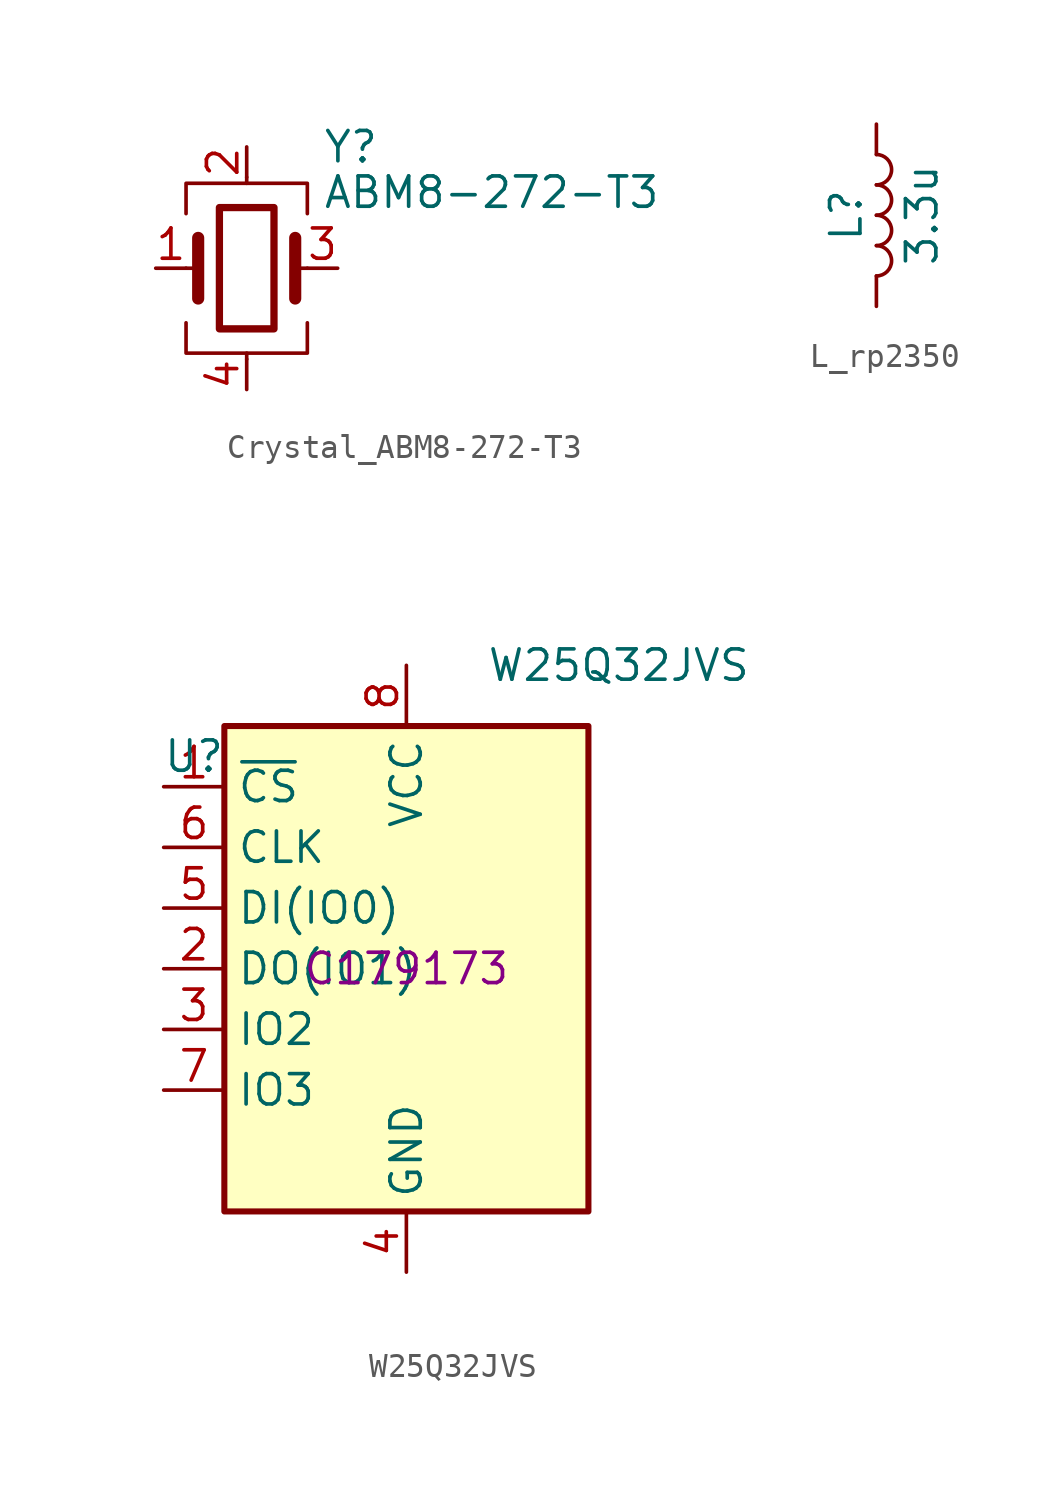
<source format=kicad_sym>
(kicad_symbol_lib
  (version 20241209)
  (generator "kicad_symbol_editor")
  (generator_version "9.0")
  (symbol "Crystal_ABM8-272-T3"
    (pin_names
      (offset 1.016)
      (hide yes))
    (property "Reference" "Y"
      (at 3.175 5.08 0)
      (effects (font (size 1.27 1.27)) (justify left)))
    (property "Value" "ABM8-272-T3"
      (at 3.175 3.175 0)
      (effects (font (size 1.27 1.27)) (justify left)))
    (symbol "Crystal_ABM8-272-T3_0_1"
      (polyline (pts (xy -2.54 2.286) (xy -2.54 3.556) (xy 2.54 3.556) (xy 2.54 2.286)) (stroke (width 0) (type default)) (fill (type none)))
      (polyline (pts (xy -2.54 0) (xy -2.032 0)) (stroke (width 0) (type default)) (fill (type none)))
      (polyline (pts (xy -2.54 -2.286) (xy -2.54 -3.556) (xy 2.54 -3.556) (xy 2.54 -2.286)) (stroke (width 0) (type default)) (fill (type none)))
      (polyline (pts (xy -2.032 -1.27) (xy -2.032 1.27)) (stroke (width 0.508) (type default)) (fill (type none)))
      (rectangle (start -1.143 2.54) (end 1.143 -2.54) (stroke (width 0.305) (type default)) (fill (type none)))
      (polyline (pts (xy 0 3.556) (xy 0 3.81)) (stroke (width 0) (type default)) (fill (type none)))
      (polyline (pts (xy 0 -3.81) (xy 0 -3.556)) (stroke (width 0) (type default)) (fill (type none)))
      (polyline (pts (xy 2.032 0) (xy 2.54 0)) (stroke (width 0) (type default)) (fill (type none)))
      (polyline (pts (xy 2.032 -1.27) (xy 2.032 1.27)) (stroke (width 0.508) (type default)) (fill (type none))))
    (symbol "Crystal_ABM8-272-T3_1_1"
      (pin passive line (at -3.81 0 0) (length 1.27) (name "1" (effects (font (size 1.27 1.27)))) (number "1" (effects (font (size 1.27 1.27)))))
      (pin passive line (at 0 5.08 270) (length 1.27) (name "2" (effects (font (size 1.27 1.27)))) (number "2" (effects (font (size 1.27 1.27)))))
      (pin passive line (at 0 -5.08 90) (length 1.27) (name "4" (effects (font (size 1.27 1.27)))) (number "4" (effects (font (size 1.27 1.27)))))
      (pin passive line (at 3.81 0 180) (length 1.27) (name "3" (effects (font (size 1.27 1.27)))) (number "3" (effects (font (size 1.27 1.27)))))))
  (symbol "L_rp2350"
    (pin_numbers
      (hide yes))
    (pin_names
      (offset 1.016)
      (hide yes))
    (property "Reference" "L"
      (at -1.27 0 90)
      (effects (font (size 1.27 1.27))))
    (property "Value" "3.3u"
      (at 1.905 0 90)
      (effects (font (size 1.27 1.27))))
    (symbol "L_rp2350_0_1"
      (arc (start 0 2.54) (mid 0.6323 1.905) (end 0 1.27) (stroke (width 0) (type default)) (fill (type none)))
      (arc (start 0 1.27) (mid 0.6323 0.635) (end 0 0) (stroke (width 0) (type default)) (fill (type none)))
      (arc (start 0 0) (mid 0.6323 -0.635) (end 0 -1.27) (stroke (width 0) (type default)) (fill (type none)))
      (arc (start 0 -1.27) (mid 0.6323 -1.905) (end 0 -2.54) (stroke (width 0) (type default)) (fill (type none))))
    (symbol "L_rp2350_1_1"
      (pin passive line (at 0 3.81 270) (length 1.27) (name "1" (effects (font (size 1.27 1.27)))) (number "1" (effects (font (size 1.27 1.27)))))
      (pin passive line (at 0 -3.81 90) (length 1.27) (name "2" (effects (font (size 1.27 1.27)))) (number "2" (effects (font (size 1.27 1.27)))))))
  (symbol "W25Q32JVS"
    (property "Reference" "U"
      (at -8.89 8.89 0)
      (effects (font (size 1.27 1.27))))
    (property "Value" "W25Q32JVS"
      (at 8.89 12.7 0)
      (effects (font (size 1.27 1.27))))
    (property "JLC" "C179173"
      (at 0 0 0)
      (effects (font (size 1.27 1.27))))
    (symbol "W25Q32JVS_0_1"
      (rectangle (start -7.62 10.16) (end 7.62 -10.16) (stroke (width 0.254) (type default)) (fill (type background))))
    (symbol "W25Q32JVS_1_1"
      (pin input line (at -10.16 7.62 0) (length 2.54) (name "~{CS}" (effects (font (size 1.27 1.27)))) (number "1" (effects (font (size 1.27 1.27)))))
      (pin input line (at -10.16 5.08 0) (length 2.54) (name "CLK" (effects (font (size 1.27 1.27)))) (number "6" (effects (font (size 1.27 1.27)))))
      (pin bidirectional line (at -10.16 2.54 0) (length 2.54) (name "DI(IO0)" (effects (font (size 1.27 1.27)))) (number "5" (effects (font (size 1.27 1.27)))))
      (pin bidirectional line (at -10.16 0 0) (length 2.54) (name "DO(IO1)" (effects (font (size 1.27 1.27)))) (number "2" (effects (font (size 1.27 1.27)))))
      (pin bidirectional line (at -10.16 -2.54 0) (length 2.54) (name "IO2" (effects (font (size 1.27 1.27)))) (number "3" (effects (font (size 1.27 1.27)))))
      (pin bidirectional line (at -10.16 -5.08 0) (length 2.54) (name "IO3" (effects (font (size 1.27 1.27)))) (number "7" (effects (font (size 1.27 1.27)))))
      (pin power_in line (at 0 12.7 270) (length 2.54) (name "VCC" (effects (font (size 1.27 1.27)))) (number "8" (effects (font (size 1.27 1.27)))))
      (pin power_in line (at 0 -12.7 90) (length 2.54) (name "GND" (effects (font (size 1.27 1.27)))) (number "4" (effects (font (size 1.27 1.27))))))))
</source>
